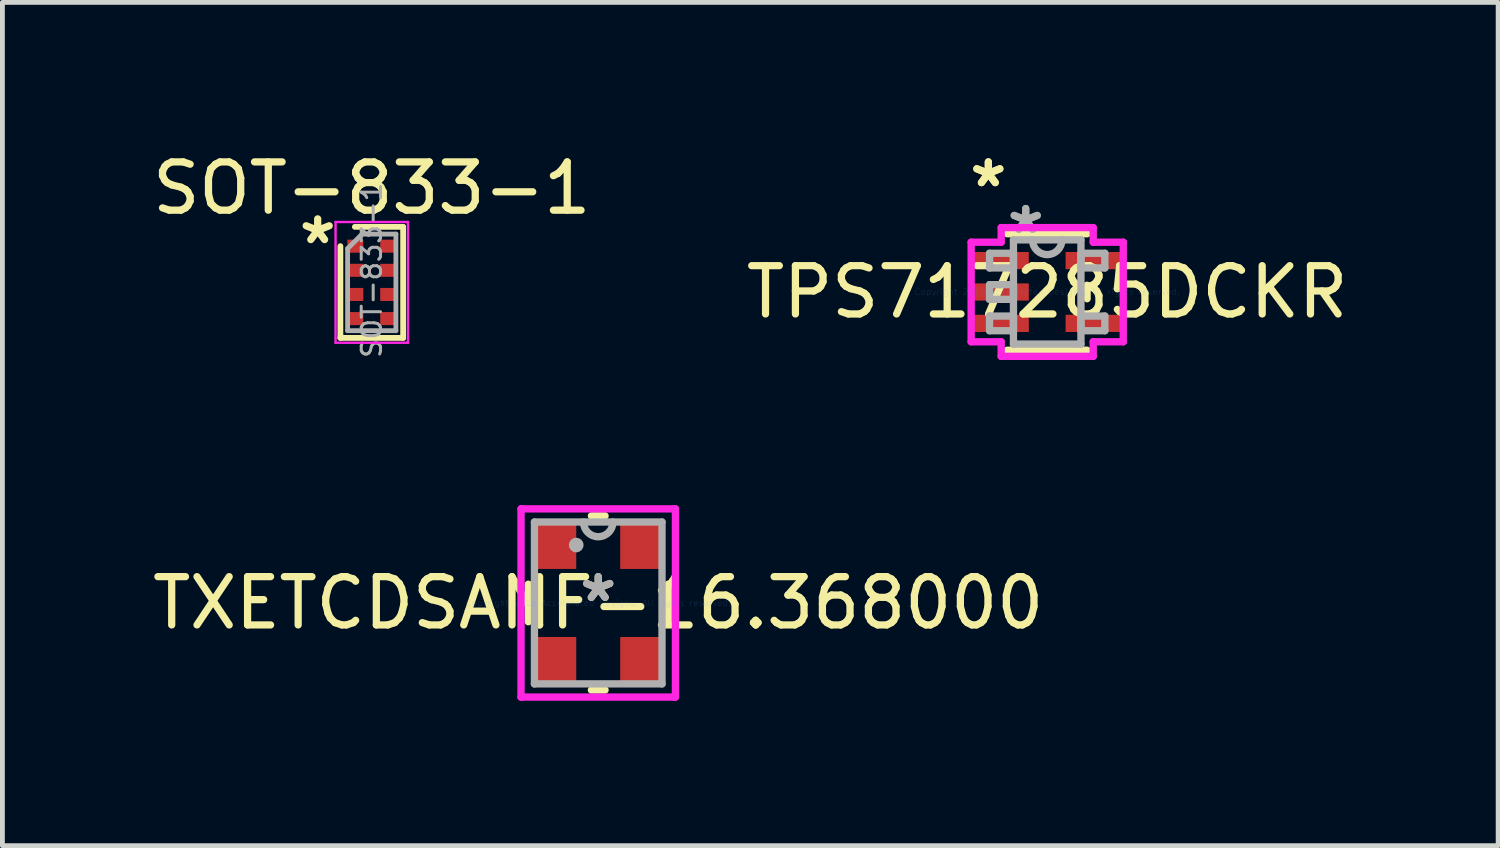
<source format=kicad_pcb>
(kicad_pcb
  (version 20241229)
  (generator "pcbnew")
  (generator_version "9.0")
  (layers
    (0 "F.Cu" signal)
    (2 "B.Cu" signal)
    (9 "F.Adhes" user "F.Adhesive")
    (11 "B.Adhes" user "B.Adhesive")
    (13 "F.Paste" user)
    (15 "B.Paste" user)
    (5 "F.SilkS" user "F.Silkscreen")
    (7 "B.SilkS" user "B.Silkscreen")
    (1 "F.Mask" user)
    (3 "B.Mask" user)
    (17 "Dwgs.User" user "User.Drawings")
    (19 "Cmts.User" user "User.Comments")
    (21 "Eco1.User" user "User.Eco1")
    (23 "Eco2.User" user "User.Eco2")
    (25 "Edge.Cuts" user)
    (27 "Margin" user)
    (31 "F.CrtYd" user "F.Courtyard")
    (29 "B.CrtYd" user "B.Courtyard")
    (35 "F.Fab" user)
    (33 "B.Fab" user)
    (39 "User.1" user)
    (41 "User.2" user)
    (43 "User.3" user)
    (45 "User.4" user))
  (footprint "SOT-833-1"
    (layer "F.Cu")
    (at 4.649 2.548)
    (property "Reference" "SOT-833-1" (at 0 -1.7 180) (layer "F.SilkS") (effects (font (size 1 1) (thickness 0.15))))
    (attr smd)
    (fp_line (start -0.65 -0.5) (end -0.65 1.4) (stroke (width 0.12) (type solid)) (layer "F.SilkS"))
    (fp_line (start -0.65 1.4) (end 0.65 1.4) (stroke (width 0.12) (type solid)) (layer "F.SilkS"))
    (fp_line (start 0.65 -0.9) (end -0.35 -0.9) (stroke (width 0.12) (type solid)) (layer "F.SilkS"))
    (fp_line (start 0.65 1.4) (end 0.65 -0.9) (stroke (width 0.12) (type solid)) (layer "F.SilkS"))
    (fp_line (start -0.75 -1) (end -0.75 1.5) (stroke (width 0.05) (type solid)) (layer "F.CrtYd"))
    (fp_line (start -0.75 -1) (end 0.75 -1) (stroke (width 0.05) (type solid)) (layer "F.CrtYd"))
    (fp_line (start 0.75 1.5) (end -0.75 1.5) (stroke (width 0.05) (type solid)) (layer "F.CrtYd"))
    (fp_line (start 0.75 1.5) (end 0.75 -1) (stroke (width 0.05) (type solid)) (layer "F.CrtYd"))
    (fp_line (start -0.5 -0.45) (end -0.5 1.25) (stroke (width 0.1) (type solid)) (layer "F.Fab"))
    (fp_line (start -0.5 1.25) (end 0.5 1.25) (stroke (width 0.1) (type solid)) (layer "F.Fab"))
    (fp_line (start -0.2 -0.75) (end -0.5 -0.45) (stroke (width 0.1) (type solid)) (layer "F.Fab"))
    (fp_line (start 0.5 -0.75) (end -0.2 -0.75) (stroke (width 0.1) (type solid)) (layer "F.Fab"))
    (fp_line (start 0.5 1.25) (end 0.5 -0.75) (stroke (width 0.1) (type solid)) (layer "F.Fab"))
    (fp_text user "*" (at -1.12 -0.52 0) (layer "F.SilkS") (effects (font (size 1 1) (thickness 0.15))))
    (fp_text user "${REFERENCE}" (at 0 0 90) (layer "F.Fab") (effects (font (size 0.4 0.4) (thickness 0.062))))
    (pad "1" smd rect (at -0.34 -0.5) (size 0.33 0.27) (layers "F.Cu" "F.Mask" "F.Paste"))
    (pad "2" smd rect (at -0.34 0) (size 0.33 0.27) (layers "F.Cu" "F.Mask" "F.Paste"))
    (pad "3" smd rect (at -0.34 0.5) (size 0.33 0.27) (layers "F.Cu" "F.Mask" "F.Paste"))
    (pad "4" smd rect (at -0.34 1) (size 0.33 0.27) (layers "F.Cu" "F.Mask" "F.Paste"))
    (pad "5" smd rect (at 0.34 1) (size 0.33 0.27) (layers "F.Cu" "F.Mask" "F.Paste"))
    (pad "6" smd rect (at 0.34 0.5) (size 0.33 0.27) (layers "F.Cu" "F.Mask" "F.Paste"))
    (pad "7" smd rect (at 0.34 0) (size 0.33 0.27) (layers "F.Cu" "F.Mask" "F.Paste"))
    (pad "8" smd rect (at 0.34 -0.5) (size 0.33 0.27) (layers "F.Cu" "F.Mask" "F.Paste")))
  (footprint "TXETCDSANF-16.368000"
    (layer "F.Cu")
    (at 9.339 9.437)
    (property "Reference" "TXETCDSANF-16.368000" (at 0 0 0) (layer "F.SilkS") (effects (font (size 1 1) (thickness 0.15))))
    (attr through_hole)
    (fp_line (start -1.448 -0.388) (end -1.448 0.388) (stroke (width 0.152) (type solid)) (layer "F.SilkS"))
    (fp_line (start -0.141 1.803) (end 0.141 1.803) (stroke (width 0.152) (type solid)) (layer "F.SilkS"))
    (fp_line (start 0.141 -1.803) (end -0.141 -1.803) (stroke (width 0.152) (type solid)) (layer "F.SilkS"))
    (fp_line (start 1.448 0.388) (end 1.448 -0.388) (stroke (width 0.152) (type solid)) (layer "F.SilkS"))
    (fp_line (start -1.599 -1.949) (end -1.575 -1.949) (stroke (width 0.152) (type solid)) (layer "F.CrtYd"))
    (fp_line (start -1.599 1.949) (end -1.599 -1.949) (stroke (width 0.152) (type solid)) (layer "F.CrtYd"))
    (fp_line (start -1.575 -1.949) (end -1.575 -1.949) (stroke (width 0.152) (type solid)) (layer "F.CrtYd"))
    (fp_line (start -1.575 -1.949) (end 1.575 -1.949) (stroke (width 0.152) (type solid)) (layer "F.CrtYd"))
    (fp_line (start -1.575 1.949) (end -1.599 1.949) (stroke (width 0.152) (type solid)) (layer "F.CrtYd"))
    (fp_line (start -1.575 1.949) (end -1.575 1.949) (stroke (width 0.152) (type solid)) (layer "F.CrtYd"))
    (fp_line (start 1.575 -1.949) (end 1.575 -1.949) (stroke (width 0.152) (type solid)) (layer "F.CrtYd"))
    (fp_line (start 1.575 -1.949) (end 1.599 -1.949) (stroke (width 0.152) (type solid)) (layer "F.CrtYd"))
    (fp_line (start 1.575 1.949) (end -1.575 1.949) (stroke (width 0.152) (type solid)) (layer "F.CrtYd"))
    (fp_line (start 1.575 1.949) (end 1.575 1.949) (stroke (width 0.152) (type solid)) (layer "F.CrtYd"))
    (fp_line (start 1.599 -1.949) (end 1.599 1.949) (stroke (width 0.152) (type solid)) (layer "F.CrtYd"))
    (fp_line (start 1.599 1.949) (end 1.575 1.949) (stroke (width 0.152) (type solid)) (layer "F.CrtYd"))
    (fp_line (start -1.321 -1.676) (end -1.321 1.676) (stroke (width 0.152) (type solid)) (layer "F.Fab"))
    (fp_line (start -1.321 1.676) (end 1.321 1.676) (stroke (width 0.152) (type solid)) (layer "F.Fab"))
    (fp_line (start 1.321 -1.676) (end -1.321 -1.676) (stroke (width 0.152) (type solid)) (layer "F.Fab"))
    (fp_line (start 1.321 1.676) (end 1.321 -1.676) (stroke (width 0.152) (type solid)) (layer "F.Fab"))
    (fp_arc (start 0.3048 -1.6764) (mid 0 -1.3716) (end -0.3048 -1.6764) (stroke (width 0.1524) (type solid)) (layer "F.Fab"))
    (fp_circle (center -0.456 -1.2) (end -0.456 -1.2) (stroke (width 0.152) (type solid)) (fill no) (layer "F.Fab"))
    (fp_text user "*" (at 0 0 0) (layer "F.SilkS") (effects (font (size 1 1) (thickness 0.15))))
    (fp_text user "Copyright 2016 Accelerated Designs. All rights reserved." (at 0 0 0) (layer "Cmts.User") (effects (font (size 0.127 0.127) (thickness 0.002))))
    (fp_text user "*" (at 0 0 0) (layer "F.Fab") (effects (font (size 1 1) (thickness 0.15))))
    (pad "1" smd rect (at -0.9 -1.2) (size 0.889 0.991) (layers "F.Cu" "F.Mask" "F.Paste"))
    (pad "2" smd rect (at -0.9 1.2) (size 0.889 0.991) (layers "F.Cu" "F.Mask" "F.Paste"))
    (pad "3" smd rect (at 0.9 1.2) (size 0.889 0.991) (layers "F.Cu" "F.Mask" "F.Paste"))
    (pad "4" smd rect (at 0.9 -1.2) (size 0.889 0.991) (layers "F.Cu" "F.Mask" "F.Paste")))
  (footprint "TPS717285DCKR"
    (layer "F.Cu")
    (at 18.637 2.997)
    (property "Reference" "TPS717285DCKR" (at 0 0 0) (layer "F.SilkS") (effects (font (size 1 1) (thickness 0.15))))
    (attr through_hole)
    (fp_line (start -0.826 1.206) (end 0.826 1.206) (stroke (width 0.152) (type solid)) (layer "F.SilkS"))
    (fp_line (start 0.826 -1.206) (end -0.826 -1.206) (stroke (width 0.152) (type solid)) (layer "F.SilkS"))
    (fp_line (start 0.826 0.139) (end 0.826 -0.139) (stroke (width 0.152) (type solid)) (layer "F.SilkS"))
    (fp_line (start -1.575 -1.031) (end -0.953 -1.031) (stroke (width 0.152) (type solid)) (layer "F.CrtYd"))
    (fp_line (start -1.575 1.031) (end -1.575 -1.031) (stroke (width 0.152) (type solid)) (layer "F.CrtYd"))
    (fp_line (start -0.953 -1.333) (end 0.953 -1.333) (stroke (width 0.152) (type solid)) (layer "F.CrtYd"))
    (fp_line (start -0.953 -1.031) (end -0.953 -1.333) (stroke (width 0.152) (type solid)) (layer "F.CrtYd"))
    (fp_line (start -0.953 1.031) (end -1.575 1.031) (stroke (width 0.152) (type solid)) (layer "F.CrtYd"))
    (fp_line (start -0.953 1.333) (end -0.953 1.031) (stroke (width 0.152) (type solid)) (layer "F.CrtYd"))
    (fp_line (start 0.953 -1.333) (end 0.953 -1.031) (stroke (width 0.152) (type solid)) (layer "F.CrtYd"))
    (fp_line (start 0.953 -1.031) (end 1.575 -1.031) (stroke (width 0.152) (type solid)) (layer "F.CrtYd"))
    (fp_line (start 0.953 1.031) (end 0.953 1.333) (stroke (width 0.152) (type solid)) (layer "F.CrtYd"))
    (fp_line (start 0.953 1.333) (end -0.953 1.333) (stroke (width 0.152) (type solid)) (layer "F.CrtYd"))
    (fp_line (start 1.575 -1.031) (end 1.575 1.031) (stroke (width 0.152) (type solid)) (layer "F.CrtYd"))
    (fp_line (start 1.575 1.031) (end 0.953 1.031) (stroke (width 0.152) (type solid)) (layer "F.CrtYd"))
    (fp_line (start -1.194 -0.802) (end -1.194 -0.498) (stroke (width 0.152) (type solid)) (layer "F.Fab"))
    (fp_line (start -1.194 -0.498) (end -0.699 -0.498) (stroke (width 0.152) (type solid)) (layer "F.Fab"))
    (fp_line (start -1.194 -0.152) (end -1.194 0.152) (stroke (width 0.152) (type solid)) (layer "F.Fab"))
    (fp_line (start -1.194 0.152) (end -0.699 0.152) (stroke (width 0.152) (type solid)) (layer "F.Fab"))
    (fp_line (start -1.194 0.498) (end -1.194 0.802) (stroke (width 0.152) (type solid)) (layer "F.Fab"))
    (fp_line (start -1.194 0.802) (end -0.699 0.802) (stroke (width 0.152) (type solid)) (layer "F.Fab"))
    (fp_line (start -0.699 -1.079) (end -0.699 1.079) (stroke (width 0.152) (type solid)) (layer "F.Fab"))
    (fp_line (start -0.699 -0.802) (end -1.194 -0.802) (stroke (width 0.152) (type solid)) (layer "F.Fab"))
    (fp_line (start -0.699 -0.498) (end -0.699 -0.802) (stroke (width 0.152) (type solid)) (layer "F.Fab"))
    (fp_line (start -0.699 -0.152) (end -1.194 -0.152) (stroke (width 0.152) (type solid)) (layer "F.Fab"))
    (fp_line (start -0.699 0.152) (end -0.699 -0.152) (stroke (width 0.152) (type solid)) (layer "F.Fab"))
    (fp_line (start -0.699 0.498) (end -1.194 0.498) (stroke (width 0.152) (type solid)) (layer "F.Fab"))
    (fp_line (start -0.699 0.802) (end -0.699 0.498) (stroke (width 0.152) (type solid)) (layer "F.Fab"))
    (fp_line (start -0.699 1.079) (end 0.699 1.079) (stroke (width 0.152) (type solid)) (layer "F.Fab"))
    (fp_line (start 0.699 -1.079) (end -0.699 -1.079) (stroke (width 0.152) (type solid)) (layer "F.Fab"))
    (fp_line (start 0.699 -0.802) (end 0.699 -0.498) (stroke (width 0.152) (type solid)) (layer "F.Fab"))
    (fp_line (start 0.699 -0.498) (end 1.194 -0.498) (stroke (width 0.152) (type solid)) (layer "F.Fab"))
    (fp_line (start 0.699 0.498) (end 0.699 0.802) (stroke (width 0.152) (type solid)) (layer "F.Fab"))
    (fp_line (start 0.699 0.802) (end 1.194 0.802) (stroke (width 0.152) (type solid)) (layer "F.Fab"))
    (fp_line (start 0.699 1.079) (end 0.699 -1.079) (stroke (width 0.152) (type solid)) (layer "F.Fab"))
    (fp_line (start 1.194 -0.802) (end 0.699 -0.802) (stroke (width 0.152) (type solid)) (layer "F.Fab"))
    (fp_line (start 1.194 -0.498) (end 1.194 -0.802) (stroke (width 0.152) (type solid)) (layer "F.Fab"))
    (fp_line (start 1.194 0.498) (end 0.699 0.498) (stroke (width 0.152) (type solid)) (layer "F.Fab"))
    (fp_line (start 1.194 0.802) (end 1.194 0.498) (stroke (width 0.152) (type solid)) (layer "F.Fab"))
    (fp_arc (start 0.3048 -1.0795) (mid 0 -0.7747) (end -0.3048 -1.0795) (stroke (width 0.1524) (type solid)) (layer "F.Fab"))
    (fp_text user "*" (at -1.219 -2.149 0) (layer "F.SilkS") (effects (font (size 1 1) (thickness 0.15))))
    (fp_text user "*" (at -1.219 -2.149 0) (layer "F.SilkS") (effects (font (size 1 1) (thickness 0.15))))
    (fp_text user "Copyright 2016 Accelerated Designs. All rights reserved." (at 0 0 0) (layer "Cmts.User") (effects (font (size 0.127 0.127) (thickness 0.002))))
    (fp_text user "*" (at -0.445 -1.183 0) (layer "F.Fab") (effects (font (size 1 1) (thickness 0.15))))
    (fp_text user "*" (at -0.445 -1.183 0) (layer "F.Fab") (effects (font (size 1 1) (thickness 0.15))))
    (pad "1" smd rect (at -0.965 -0.65) (size 1.168 0.356) (layers "F.Cu" "F.Mask" "F.Paste"))
    (pad "2" smd rect (at -0.965 0) (size 1.168 0.356) (layers "F.Cu" "F.Mask" "F.Paste"))
    (pad "3" smd rect (at -0.965 0.65) (size 1.168 0.356) (layers "F.Cu" "F.Mask" "F.Paste"))
    (pad "4" smd rect (at 0.965 0.65) (size 1.168 0.356) (layers "F.Cu" "F.Mask" "F.Paste"))
    (pad "5" smd rect (at 0.965 -0.65) (size 1.168 0.356) (layers "F.Cu" "F.Mask" "F.Paste")))
  (gr_rect
    (start -3 -3)
    (end 27.976 14.463)
    (stroke (width 0.1) (type default))
    (fill no)
    (layer "Edge.Cuts")))
</source>
